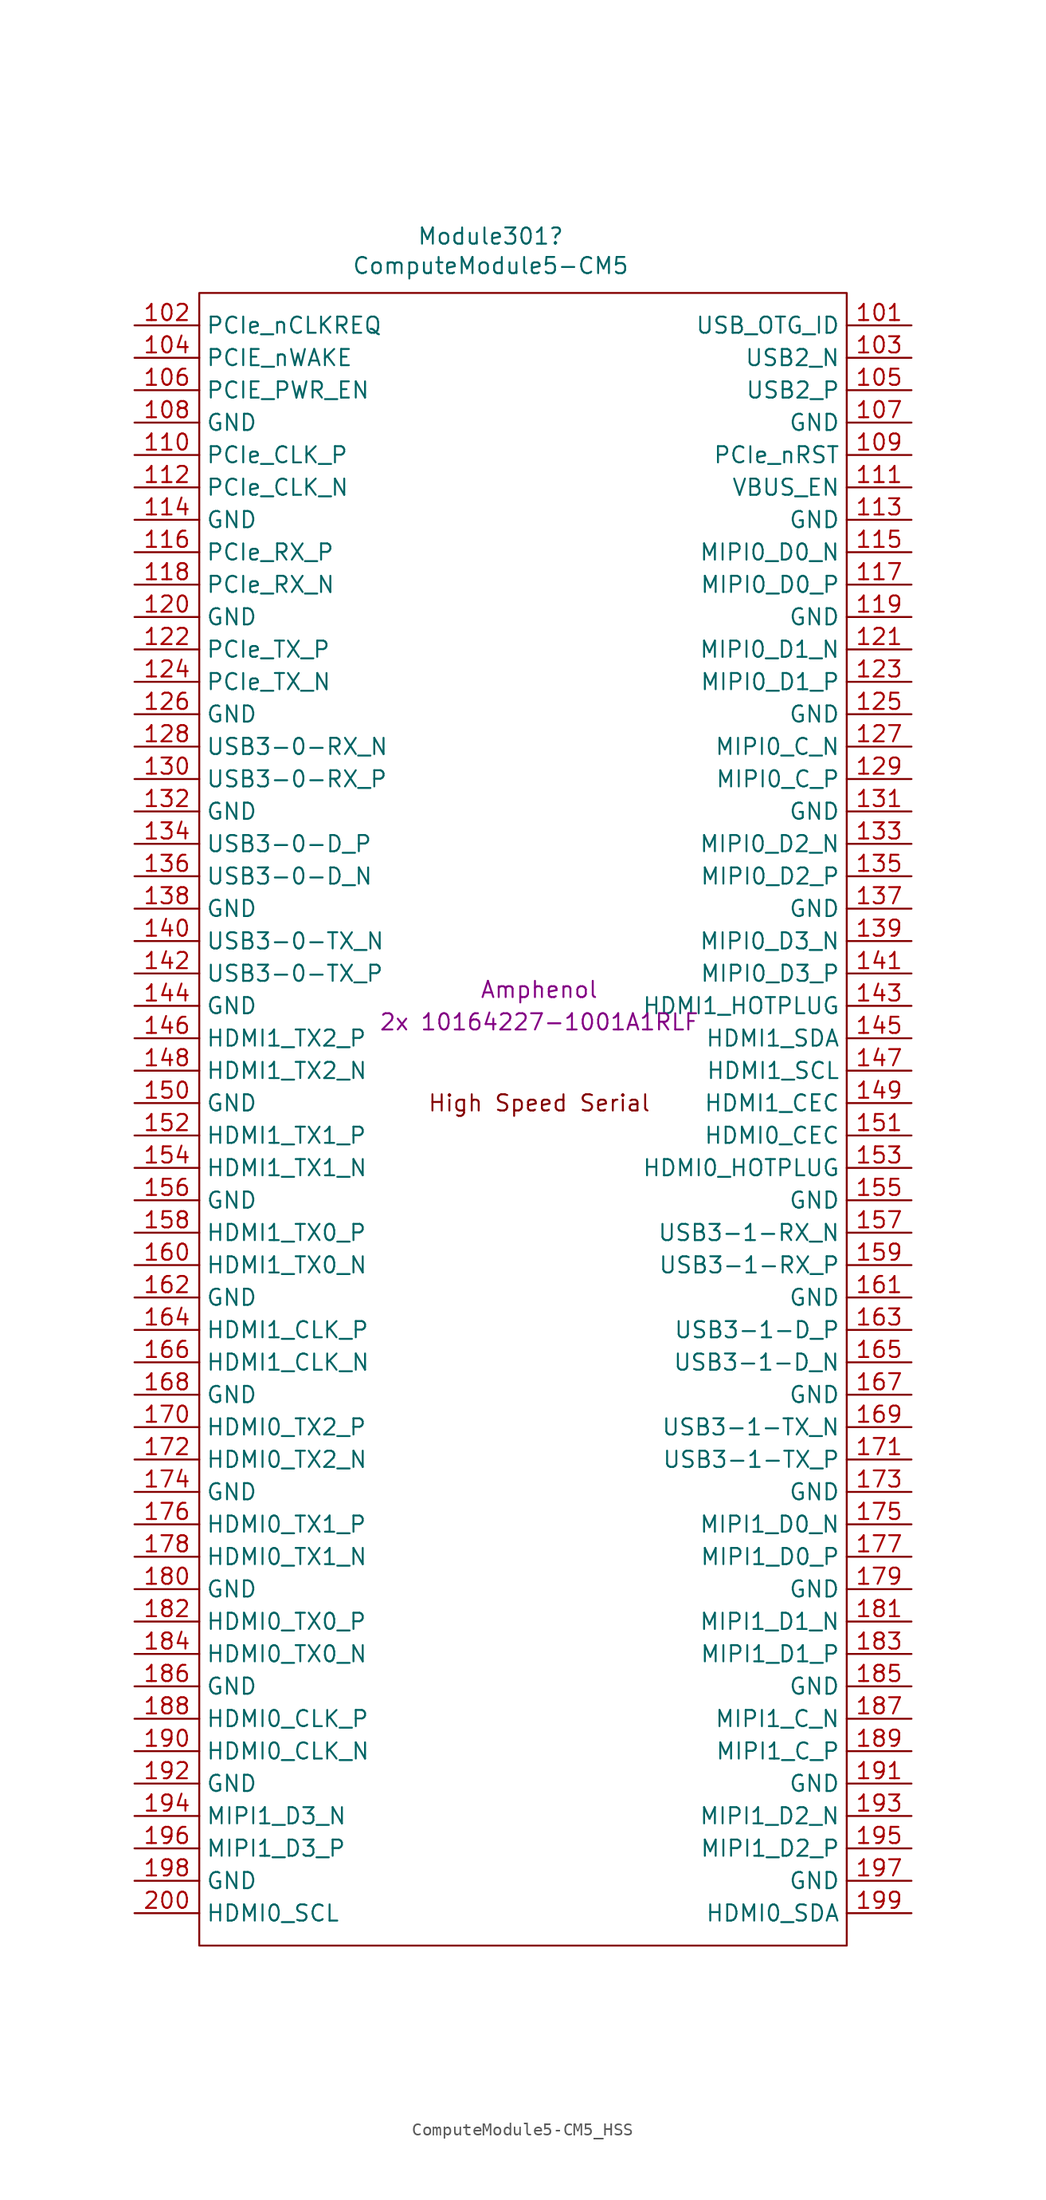
<source format=kicad_sym>
(kicad_symbol_lib
  (version 20231120)
  (generator "kicad_symbol_editor")
  (generator_version "8.0")
  (symbol "ComputeModule5-CM5_HSS"
    (property "Reference" "Module301"
      (at -2.54 61.595 0)
      (effects (font (size 1.27 1.27))))
    (property "Value" "ComputeModule5-CM5"
      (at -2.54 59.284 0)
      (effects (font (size 1.27 1.27))))
    (property "Field4" "Amphenol"
      (at 1.27 2.54 0)
      (effects (font (size 1.27 1.27))))
    (property "Field5" "2x 10164227-1001A1RLF"
      (at 1.27 0 0)
      (effects (font (size 1.27 1.27))))
    (symbol "ComputeModule5-CM5_HSS_1_1"
      (rectangle (start -25.4 -72.39) (end 25.4 57.15) (stroke (width 0) (type default)) (fill (type none)))
      (text "High Speed Serial" (at 1.27 -6.35 0) (effects (font (size 1.27 1.27))))
      (pin input line (at 30.48 54.61 180) (length 5.08) (name "USB_OTG_ID" (effects (font (size 1.27 1.27)))) (number "101" (effects (font (size 1.27 1.27)))))
      (pin input line (at -30.48 54.61 0) (length 5.08) (name "PCIe_nCLKREQ" (effects (font (size 1.27 1.27)))) (number "102" (effects (font (size 1.27 1.27)))))
      (pin passive line (at 30.48 52.07 180) (length 5.08) (name "USB2_N" (effects (font (size 1.27 1.27)))) (number "103" (effects (font (size 1.27 1.27)))))
      (pin input line (at -30.48 52.07 0) (length 5.08) (name "PCIE_nWAKE" (effects (font (size 1.27 1.27)))) (number "104" (effects (font (size 1.27 1.27)))))
      (pin passive line (at 30.48 49.53 180) (length 5.08) (name "USB2_P" (effects (font (size 1.27 1.27)))) (number "105" (effects (font (size 1.27 1.27)))))
      (pin output line (at -30.48 49.53 0) (length 5.08) (name "PCIE_PWR_EN" (effects (font (size 1.27 1.27)))) (number "106" (effects (font (size 1.27 1.27)))))
      (pin power_in line (at 30.48 46.99 180) (length 5.08) (name "GND" (effects (font (size 1.27 1.27)))) (number "107" (effects (font (size 1.27 1.27)))))
      (pin power_in line (at -30.48 46.99 0) (length 5.08) (name "GND" (effects (font (size 1.27 1.27)))) (number "108" (effects (font (size 1.27 1.27)))))
      (pin output line (at 30.48 44.45 180) (length 5.08) (name "PCIe_nRST" (effects (font (size 1.27 1.27)))) (number "109" (effects (font (size 1.27 1.27)))))
      (pin output line (at -30.48 44.45 0) (length 5.08) (name "PCIe_CLK_P" (effects (font (size 1.27 1.27)))) (number "110" (effects (font (size 1.27 1.27)))))
      (pin output line (at 30.48 41.91 180) (length 5.08) (name "VBUS_EN" (effects (font (size 1.27 1.27)))) (number "111" (effects (font (size 1.27 1.27)))))
      (pin output line (at -30.48 41.91 0) (length 5.08) (name "PCIe_CLK_N" (effects (font (size 1.27 1.27)))) (number "112" (effects (font (size 1.27 1.27)))))
      (pin power_in line (at 30.48 39.37 180) (length 5.08) (name "GND" (effects (font (size 1.27 1.27)))) (number "113" (effects (font (size 1.27 1.27)))))
      (pin power_in line (at -30.48 39.37 0) (length 5.08) (name "GND" (effects (font (size 1.27 1.27)))) (number "114" (effects (font (size 1.27 1.27)))))
      (pin input line (at 30.48 36.83 180) (length 5.08) (name "MIPI0_D0_N" (effects (font (size 1.27 1.27)))) (number "115" (effects (font (size 1.27 1.27)))))
      (pin input line (at -30.48 36.83 0) (length 5.08) (name "PCIe_RX_P" (effects (font (size 1.27 1.27)))) (number "116" (effects (font (size 1.27 1.27)))))
      (pin input line (at 30.48 34.29 180) (length 5.08) (name "MIPI0_D0_P" (effects (font (size 1.27 1.27)))) (number "117" (effects (font (size 1.27 1.27)))))
      (pin input line (at -30.48 34.29 0) (length 5.08) (name "PCIe_RX_N" (effects (font (size 1.27 1.27)))) (number "118" (effects (font (size 1.27 1.27)))))
      (pin power_in line (at 30.48 31.75 180) (length 5.08) (name "GND" (effects (font (size 1.27 1.27)))) (number "119" (effects (font (size 1.27 1.27)))))
      (pin power_in line (at -30.48 31.75 0) (length 5.08) (name "GND" (effects (font (size 1.27 1.27)))) (number "120" (effects (font (size 1.27 1.27)))))
      (pin input line (at 30.48 29.21 180) (length 5.08) (name "MIPI0_D1_N" (effects (font (size 1.27 1.27)))) (number "121" (effects (font (size 1.27 1.27)))))
      (pin output line (at -30.48 29.21 0) (length 5.08) (name "PCIe_TX_P" (effects (font (size 1.27 1.27)))) (number "122" (effects (font (size 1.27 1.27)))))
      (pin input line (at 30.48 26.67 180) (length 5.08) (name "MIPI0_D1_P" (effects (font (size 1.27 1.27)))) (number "123" (effects (font (size 1.27 1.27)))))
      (pin output line (at -30.48 26.67 0) (length 5.08) (name "PCIe_TX_N" (effects (font (size 1.27 1.27)))) (number "124" (effects (font (size 1.27 1.27)))))
      (pin power_in line (at 30.48 24.13 180) (length 5.08) (name "GND" (effects (font (size 1.27 1.27)))) (number "125" (effects (font (size 1.27 1.27)))))
      (pin power_in line (at -30.48 24.13 0) (length 5.08) (name "GND" (effects (font (size 1.27 1.27)))) (number "126" (effects (font (size 1.27 1.27)))))
      (pin input line (at 30.48 21.59 180) (length 5.08) (name "MIPI0_C_N" (effects (font (size 1.27 1.27)))) (number "127" (effects (font (size 1.27 1.27)))))
      (pin input line (at -30.48 21.59 0) (length 5.08) (name "USB3-0-RX_N" (effects (font (size 1.27 1.27)))) (number "128" (effects (font (size 1.27 1.27)))))
      (pin input line (at 30.48 19.05 180) (length 5.08) (name "MIPI0_C_P" (effects (font (size 1.27 1.27)))) (number "129" (effects (font (size 1.27 1.27)))))
      (pin input line (at -30.48 19.05 0) (length 5.08) (name "USB3-0-RX_P" (effects (font (size 1.27 1.27)))) (number "130" (effects (font (size 1.27 1.27)))))
      (pin power_in line (at 30.48 16.51 180) (length 5.08) (name "GND" (effects (font (size 1.27 1.27)))) (number "131" (effects (font (size 1.27 1.27)))))
      (pin power_in line (at -30.48 16.51 0) (length 5.08) (name "GND" (effects (font (size 1.27 1.27)))) (number "132" (effects (font (size 1.27 1.27)))))
      (pin input line (at 30.48 13.97 180) (length 5.08) (name "MIPI0_D2_N" (effects (font (size 1.27 1.27)))) (number "133" (effects (font (size 1.27 1.27)))))
      (pin passive line (at -30.48 13.97 0) (length 5.08) (name "USB3-0-D_P" (effects (font (size 1.27 1.27)))) (number "134" (effects (font (size 1.27 1.27)))))
      (pin input line (at 30.48 11.43 180) (length 5.08) (name "MIPI0_D2_P" (effects (font (size 1.27 1.27)))) (number "135" (effects (font (size 1.27 1.27)))))
      (pin passive line (at -30.48 11.43 0) (length 5.08) (name "USB3-0-D_N" (effects (font (size 1.27 1.27)))) (number "136" (effects (font (size 1.27 1.27)))))
      (pin power_in line (at 30.48 8.89 180) (length 5.08) (name "GND" (effects (font (size 1.27 1.27)))) (number "137" (effects (font (size 1.27 1.27)))))
      (pin power_in line (at -30.48 8.89 0) (length 5.08) (name "GND" (effects (font (size 1.27 1.27)))) (number "138" (effects (font (size 1.27 1.27)))))
      (pin input line (at 30.48 6.35 180) (length 5.08) (name "MIPI0_D3_N" (effects (font (size 1.27 1.27)))) (number "139" (effects (font (size 1.27 1.27)))))
      (pin output line (at -30.48 6.35 0) (length 5.08) (name "USB3-0-TX_N" (effects (font (size 1.27 1.27)))) (number "140" (effects (font (size 1.27 1.27)))))
      (pin input line (at 30.48 3.81 180) (length 5.08) (name "MIPI0_D3_P" (effects (font (size 1.27 1.27)))) (number "141" (effects (font (size 1.27 1.27)))))
      (pin output line (at -30.48 3.81 0) (length 5.08) (name "USB3-0-TX_P" (effects (font (size 1.27 1.27)))) (number "142" (effects (font (size 1.27 1.27)))))
      (pin input line (at 30.48 1.27 180) (length 5.08) (name "HDMI1_HOTPLUG" (effects (font (size 1.27 1.27)))) (number "143" (effects (font (size 1.27 1.27)))))
      (pin power_in line (at -30.48 1.27 0) (length 5.08) (name "GND" (effects (font (size 1.27 1.27)))) (number "144" (effects (font (size 1.27 1.27)))))
      (pin bidirectional line (at 30.48 -1.27 180) (length 5.08) (name "HDMI1_SDA" (effects (font (size 1.27 1.27)))) (number "145" (effects (font (size 1.27 1.27)))))
      (pin output line (at -30.48 -1.27 0) (length 5.08) (name "HDMI1_TX2_P" (effects (font (size 1.27 1.27)))) (number "146" (effects (font (size 1.27 1.27)))))
      (pin open_collector line (at 30.48 -3.81 180) (length 5.08) (name "HDMI1_SCL" (effects (font (size 1.27 1.27)))) (number "147" (effects (font (size 1.27 1.27)))))
      (pin output line (at -30.48 -3.81 0) (length 5.08) (name "HDMI1_TX2_N" (effects (font (size 1.27 1.27)))) (number "148" (effects (font (size 1.27 1.27)))))
      (pin open_collector line (at 30.48 -6.35 180) (length 5.08) (name "HDMI1_CEC" (effects (font (size 1.27 1.27)))) (number "149" (effects (font (size 1.27 1.27)))))
      (pin power_in line (at -30.48 -6.35 0) (length 5.08) (name "GND" (effects (font (size 1.27 1.27)))) (number "150" (effects (font (size 1.27 1.27)))))
      (pin open_collector line (at 30.48 -8.89 180) (length 5.08) (name "HDMI0_CEC" (effects (font (size 1.27 1.27)))) (number "151" (effects (font (size 1.27 1.27)))))
      (pin output line (at -30.48 -8.89 0) (length 5.08) (name "HDMI1_TX1_P" (effects (font (size 1.27 1.27)))) (number "152" (effects (font (size 1.27 1.27)))))
      (pin input line (at 30.48 -11.43 180) (length 5.08) (name "HDMI0_HOTPLUG" (effects (font (size 1.27 1.27)))) (number "153" (effects (font (size 1.27 1.27)))))
      (pin output line (at -30.48 -11.43 0) (length 5.08) (name "HDMI1_TX1_N" (effects (font (size 1.27 1.27)))) (number "154" (effects (font (size 1.27 1.27)))))
      (pin power_in line (at 30.48 -13.97 180) (length 5.08) (name "GND" (effects (font (size 1.27 1.27)))) (number "155" (effects (font (size 1.27 1.27)))))
      (pin power_in line (at -30.48 -13.97 0) (length 5.08) (name "GND" (effects (font (size 1.27 1.27)))) (number "156" (effects (font (size 1.27 1.27)))))
      (pin input line (at 30.48 -16.51 180) (length 5.08) (name "USB3-1-RX_N" (effects (font (size 1.27 1.27)))) (number "157" (effects (font (size 1.27 1.27)))))
      (pin output line (at -30.48 -16.51 0) (length 5.08) (name "HDMI1_TX0_P" (effects (font (size 1.27 1.27)))) (number "158" (effects (font (size 1.27 1.27)))))
      (pin input line (at 30.48 -19.05 180) (length 5.08) (name "USB3-1-RX_P" (effects (font (size 1.27 1.27)))) (number "159" (effects (font (size 1.27 1.27)))))
      (pin output line (at -30.48 -19.05 0) (length 5.08) (name "HDMI1_TX0_N" (effects (font (size 1.27 1.27)))) (number "160" (effects (font (size 1.27 1.27)))))
      (pin power_in line (at 30.48 -21.59 180) (length 5.08) (name "GND" (effects (font (size 1.27 1.27)))) (number "161" (effects (font (size 1.27 1.27)))))
      (pin power_in line (at -30.48 -21.59 0) (length 5.08) (name "GND" (effects (font (size 1.27 1.27)))) (number "162" (effects (font (size 1.27 1.27)))))
      (pin passive line (at 30.48 -24.13 180) (length 5.08) (name "USB3-1-D_P" (effects (font (size 1.27 1.27)))) (number "163" (effects (font (size 1.27 1.27)))))
      (pin output line (at -30.48 -24.13 0) (length 5.08) (name "HDMI1_CLK_P" (effects (font (size 1.27 1.27)))) (number "164" (effects (font (size 1.27 1.27)))))
      (pin passive line (at 30.48 -26.67 180) (length 5.08) (name "USB3-1-D_N" (effects (font (size 1.27 1.27)))) (number "165" (effects (font (size 1.27 1.27)))))
      (pin output line (at -30.48 -26.67 0) (length 5.08) (name "HDMI1_CLK_N" (effects (font (size 1.27 1.27)))) (number "166" (effects (font (size 1.27 1.27)))))
      (pin power_in line (at 30.48 -29.21 180) (length 5.08) (name "GND" (effects (font (size 1.27 1.27)))) (number "167" (effects (font (size 1.27 1.27)))))
      (pin power_in line (at -30.48 -29.21 0) (length 5.08) (name "GND" (effects (font (size 1.27 1.27)))) (number "168" (effects (font (size 1.27 1.27)))))
      (pin output line (at 30.48 -31.75 180) (length 5.08) (name "USB3-1-TX_N" (effects (font (size 1.27 1.27)))) (number "169" (effects (font (size 1.27 1.27)))))
      (pin output line (at -30.48 -31.75 0) (length 5.08) (name "HDMI0_TX2_P" (effects (font (size 1.27 1.27)))) (number "170" (effects (font (size 1.27 1.27)))))
      (pin output line (at 30.48 -34.29 180) (length 5.08) (name "USB3-1-TX_P" (effects (font (size 1.27 1.27)))) (number "171" (effects (font (size 1.27 1.27)))))
      (pin output line (at -30.48 -34.29 0) (length 5.08) (name "HDMI0_TX2_N" (effects (font (size 1.27 1.27)))) (number "172" (effects (font (size 1.27 1.27)))))
      (pin power_in line (at 30.48 -36.83 180) (length 5.08) (name "GND" (effects (font (size 1.27 1.27)))) (number "173" (effects (font (size 1.27 1.27)))))
      (pin power_in line (at -30.48 -36.83 0) (length 5.08) (name "GND" (effects (font (size 1.27 1.27)))) (number "174" (effects (font (size 1.27 1.27)))))
      (pin output line (at 30.48 -39.37 180) (length 5.08) (name "MIPI1_D0_N" (effects (font (size 1.27 1.27)))) (number "175" (effects (font (size 1.27 1.27)))))
      (pin output line (at -30.48 -39.37 0) (length 5.08) (name "HDMI0_TX1_P" (effects (font (size 1.27 1.27)))) (number "176" (effects (font (size 1.27 1.27)))))
      (pin output line (at 30.48 -41.91 180) (length 5.08) (name "MIPI1_D0_P" (effects (font (size 1.27 1.27)))) (number "177" (effects (font (size 1.27 1.27)))))
      (pin output line (at -30.48 -41.91 0) (length 5.08) (name "HDMI0_TX1_N" (effects (font (size 1.27 1.27)))) (number "178" (effects (font (size 1.27 1.27)))))
      (pin power_in line (at 30.48 -44.45 180) (length 5.08) (name "GND" (effects (font (size 1.27 1.27)))) (number "179" (effects (font (size 1.27 1.27)))))
      (pin power_in line (at -30.48 -44.45 0) (length 5.08) (name "GND" (effects (font (size 1.27 1.27)))) (number "180" (effects (font (size 1.27 1.27)))))
      (pin output line (at 30.48 -46.99 180) (length 5.08) (name "MIPI1_D1_N" (effects (font (size 1.27 1.27)))) (number "181" (effects (font (size 1.27 1.27)))))
      (pin output line (at -30.48 -46.99 0) (length 5.08) (name "HDMI0_TX0_P" (effects (font (size 1.27 1.27)))) (number "182" (effects (font (size 1.27 1.27)))))
      (pin output line (at 30.48 -49.53 180) (length 5.08) (name "MIPI1_D1_P" (effects (font (size 1.27 1.27)))) (number "183" (effects (font (size 1.27 1.27)))))
      (pin output line (at -30.48 -49.53 0) (length 5.08) (name "HDMI0_TX0_N" (effects (font (size 1.27 1.27)))) (number "184" (effects (font (size 1.27 1.27)))))
      (pin power_in line (at 30.48 -52.07 180) (length 5.08) (name "GND" (effects (font (size 1.27 1.27)))) (number "185" (effects (font (size 1.27 1.27)))))
      (pin power_in line (at -30.48 -52.07 0) (length 5.08) (name "GND" (effects (font (size 1.27 1.27)))) (number "186" (effects (font (size 1.27 1.27)))))
      (pin output line (at 30.48 -54.61 180) (length 5.08) (name "MIPI1_C_N" (effects (font (size 1.27 1.27)))) (number "187" (effects (font (size 1.27 1.27)))))
      (pin output line (at -30.48 -54.61 0) (length 5.08) (name "HDMI0_CLK_P" (effects (font (size 1.27 1.27)))) (number "188" (effects (font (size 1.27 1.27)))))
      (pin output line (at 30.48 -57.15 180) (length 5.08) (name "MIPI1_C_P" (effects (font (size 1.27 1.27)))) (number "189" (effects (font (size 1.27 1.27)))))
      (pin output line (at -30.48 -57.15 0) (length 5.08) (name "HDMI0_CLK_N" (effects (font (size 1.27 1.27)))) (number "190" (effects (font (size 1.27 1.27)))))
      (pin power_in line (at 30.48 -59.69 180) (length 5.08) (name "GND" (effects (font (size 1.27 1.27)))) (number "191" (effects (font (size 1.27 1.27)))))
      (pin power_in line (at -30.48 -59.69 0) (length 5.08) (name "GND" (effects (font (size 1.27 1.27)))) (number "192" (effects (font (size 1.27 1.27)))))
      (pin output line (at 30.48 -62.23 180) (length 5.08) (name "MIPI1_D2_N" (effects (font (size 1.27 1.27)))) (number "193" (effects (font (size 1.27 1.27)))))
      (pin output line (at -30.48 -62.23 0) (length 5.08) (name "MIPI1_D3_N" (effects (font (size 1.27 1.27)))) (number "194" (effects (font (size 1.27 1.27)))))
      (pin output line (at 30.48 -64.77 180) (length 5.08) (name "MIPI1_D2_P" (effects (font (size 1.27 1.27)))) (number "195" (effects (font (size 1.27 1.27)))))
      (pin output line (at -30.48 -64.77 0) (length 5.08) (name "MIPI1_D3_P" (effects (font (size 1.27 1.27)))) (number "196" (effects (font (size 1.27 1.27)))))
      (pin power_in line (at 30.48 -67.31 180) (length 5.08) (name "GND" (effects (font (size 1.27 1.27)))) (number "197" (effects (font (size 1.27 1.27)))))
      (pin power_in line (at -30.48 -67.31 0) (length 5.08) (name "GND" (effects (font (size 1.27 1.27)))) (number "198" (effects (font (size 1.27 1.27)))))
      (pin bidirectional line (at 30.48 -69.85 180) (length 5.08) (name "HDMI0_SDA" (effects (font (size 1.27 1.27)))) (number "199" (effects (font (size 1.27 1.27)))))
      (pin open_collector line (at -30.48 -69.85 0) (length 5.08) (name "HDMI0_SCL" (effects (font (size 1.27 1.27)))) (number "200" (effects (font (size 1.27 1.27))))))))
</source>
